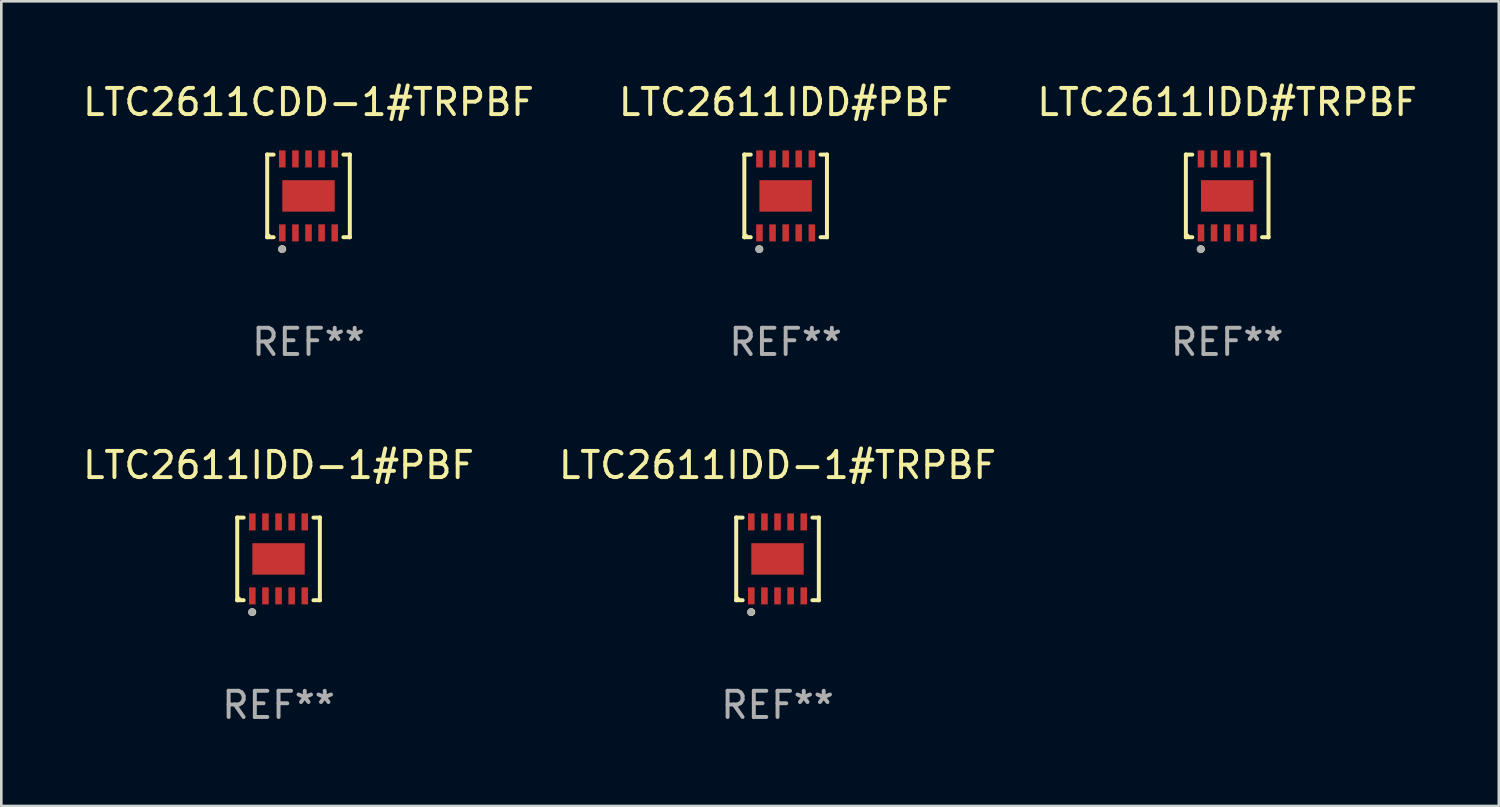
<source format=kicad_pcb>
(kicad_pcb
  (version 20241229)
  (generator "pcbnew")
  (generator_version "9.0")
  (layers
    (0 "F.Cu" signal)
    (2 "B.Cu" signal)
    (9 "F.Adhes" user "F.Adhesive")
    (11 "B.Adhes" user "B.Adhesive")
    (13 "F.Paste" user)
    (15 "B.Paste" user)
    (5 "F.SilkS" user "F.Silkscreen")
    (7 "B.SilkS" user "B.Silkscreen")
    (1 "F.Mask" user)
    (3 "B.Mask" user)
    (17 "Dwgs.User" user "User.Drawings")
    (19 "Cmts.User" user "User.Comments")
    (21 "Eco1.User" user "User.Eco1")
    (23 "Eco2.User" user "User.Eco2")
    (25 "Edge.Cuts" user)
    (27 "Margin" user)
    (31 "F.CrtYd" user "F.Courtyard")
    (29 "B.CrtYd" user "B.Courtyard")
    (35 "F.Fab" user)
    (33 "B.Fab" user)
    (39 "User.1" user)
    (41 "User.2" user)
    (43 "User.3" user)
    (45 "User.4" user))
  (footprint "LTC2611IDD-1#PBF"
    (layer "F.Cu")
    (at 7.577 18.273)
    (property "Reference" "LTC2611IDD-1#PBF" (at 0 -3.576 0) (layer "F.SilkS") (effects (font (size 1 1) (thickness 0.15))))
    (attr through_hole)
    (fp_line (start -1.576 -1.576) (end -1.576 -1.576) (stroke (width 0.152) (type solid)) (layer "F.SilkS"))
    (fp_line (start -1.576 -1.576) (end -1.331 -1.576) (stroke (width 0.152) (type solid)) (layer "F.SilkS"))
    (fp_line (start -1.576 1.576) (end -1.576 -1.576) (stroke (width 0.152) (type solid)) (layer "F.SilkS"))
    (fp_line (start -1.576 1.576) (end -1.576 1.576) (stroke (width 0.152) (type solid)) (layer "F.SilkS"))
    (fp_line (start -1.331 1.576) (end -1.576 1.576) (stroke (width 0.152) (type solid)) (layer "F.SilkS"))
    (fp_line (start 1.331 1.576) (end 1.576 1.576) (stroke (width 0.152) (type solid)) (layer "F.SilkS"))
    (fp_line (start 1.576 -1.576) (end 1.331 -1.576) (stroke (width 0.152) (type solid)) (layer "F.SilkS"))
    (fp_line (start 1.576 -1.576) (end 1.576 -1.576) (stroke (width 0.152) (type solid)) (layer "F.SilkS"))
    (fp_line (start 1.576 1.576) (end 1.576 -1.576) (stroke (width 0.152) (type solid)) (layer "F.SilkS"))
    (fp_line (start 1.576 1.576) (end 1.576 1.576) (stroke (width 0.152) (type solid)) (layer "F.SilkS"))
    (fp_circle (center -1.5 1.5) (end -1.47 1.5) (stroke (width 0.06) (type solid)) (fill no) (layer "F.SilkS"))
    (fp_circle (center -1 2.028) (end -0.925 2.028) (stroke (width 0.15) (type solid)) (fill no) (layer "F.SilkS"))
    (fp_circle (center -1.016 2.032) (end -0.941 2.032) (stroke (width 0.15) (type solid)) (fill no) (layer "F.Fab"))
    (fp_text user "REF**" (at 0 5.576 0) (layer "F.Fab") (effects (font (size 1 1) (thickness 0.15))))
    (pad "1" smd rect (at -1 1.411) (size 0.25 0.65) (layers "F.Cu" "F.Mask" "F.Paste"))
    (pad "2" smd rect (at -0.5 1.411) (size 0.25 0.65) (layers "F.Cu" "F.Mask" "F.Paste"))
    (pad "3" smd rect (at 0 1.411) (size 0.25 0.65) (layers "F.Cu" "F.Mask" "F.Paste"))
    (pad "4" smd rect (at 0.5 1.411) (size 0.25 0.65) (layers "F.Cu" "F.Mask" "F.Paste"))
    (pad "5" smd rect (at 1 1.411) (size 0.25 0.65) (layers "F.Cu" "F.Mask" "F.Paste"))
    (pad "6" smd rect (at 1 -1.411) (size 0.25 0.65) (layers "F.Cu" "F.Mask" "F.Paste"))
    (pad "7" smd rect (at 0.5 -1.411) (size 0.25 0.65) (layers "F.Cu" "F.Mask" "F.Paste"))
    (pad "8" smd rect (at 0 -1.411) (size 0.25 0.65) (layers "F.Cu" "F.Mask" "F.Paste"))
    (pad "9" smd rect (at -0.5 -1.411) (size 0.25 0.65) (layers "F.Cu" "F.Mask" "F.Paste"))
    (pad "10" smd rect (at -1 -1.411) (size 0.25 0.65) (layers "F.Cu" "F.Mask" "F.Paste"))
    (pad "11" smd rect (at 0 0) (size 2 1.2) (layers "F.Cu" "F.Mask" "F.Paste")))
  (footprint "LTC2611IDD#PBF"
    (layer "F.Cu")
    (at 26.923 4.424)
    (property "Reference" "LTC2611IDD#PBF" (at 0 -3.576 0) (layer "F.SilkS") (effects (font (size 1 1) (thickness 0.15))))
    (attr through_hole)
    (fp_line (start -1.576 -1.576) (end -1.576 -1.576) (stroke (width 0.152) (type solid)) (layer "F.SilkS"))
    (fp_line (start -1.576 -1.576) (end -1.331 -1.576) (stroke (width 0.152) (type solid)) (layer "F.SilkS"))
    (fp_line (start -1.576 1.576) (end -1.576 -1.576) (stroke (width 0.152) (type solid)) (layer "F.SilkS"))
    (fp_line (start -1.576 1.576) (end -1.576 1.576) (stroke (width 0.152) (type solid)) (layer "F.SilkS"))
    (fp_line (start -1.331 1.576) (end -1.576 1.576) (stroke (width 0.152) (type solid)) (layer "F.SilkS"))
    (fp_line (start 1.331 1.576) (end 1.576 1.576) (stroke (width 0.152) (type solid)) (layer "F.SilkS"))
    (fp_line (start 1.576 -1.576) (end 1.331 -1.576) (stroke (width 0.152) (type solid)) (layer "F.SilkS"))
    (fp_line (start 1.576 -1.576) (end 1.576 -1.576) (stroke (width 0.152) (type solid)) (layer "F.SilkS"))
    (fp_line (start 1.576 1.576) (end 1.576 -1.576) (stroke (width 0.152) (type solid)) (layer "F.SilkS"))
    (fp_line (start 1.576 1.576) (end 1.576 1.576) (stroke (width 0.152) (type solid)) (layer "F.SilkS"))
    (fp_circle (center -1.5 1.5) (end -1.47 1.5) (stroke (width 0.06) (type solid)) (fill no) (layer "F.SilkS"))
    (fp_circle (center -1 2.028) (end -0.925 2.028) (stroke (width 0.15) (type solid)) (fill no) (layer "F.SilkS"))
    (fp_circle (center -1.016 2.032) (end -0.941 2.032) (stroke (width 0.15) (type solid)) (fill no) (layer "F.Fab"))
    (fp_text user "REF**" (at 0 5.576 0) (layer "F.Fab") (effects (font (size 1 1) (thickness 0.15))))
    (pad "1" smd rect (at -1 1.411) (size 0.25 0.65) (layers "F.Cu" "F.Mask" "F.Paste"))
    (pad "2" smd rect (at -0.5 1.411) (size 0.25 0.65) (layers "F.Cu" "F.Mask" "F.Paste"))
    (pad "3" smd rect (at 0 1.411) (size 0.25 0.65) (layers "F.Cu" "F.Mask" "F.Paste"))
    (pad "4" smd rect (at 0.5 1.411) (size 0.25 0.65) (layers "F.Cu" "F.Mask" "F.Paste"))
    (pad "5" smd rect (at 1 1.411) (size 0.25 0.65) (layers "F.Cu" "F.Mask" "F.Paste"))
    (pad "6" smd rect (at 1 -1.411) (size 0.25 0.65) (layers "F.Cu" "F.Mask" "F.Paste"))
    (pad "7" smd rect (at 0.5 -1.411) (size 0.25 0.65) (layers "F.Cu" "F.Mask" "F.Paste"))
    (pad "8" smd rect (at 0 -1.411) (size 0.25 0.65) (layers "F.Cu" "F.Mask" "F.Paste"))
    (pad "9" smd rect (at -0.5 -1.411) (size 0.25 0.65) (layers "F.Cu" "F.Mask" "F.Paste"))
    (pad "10" smd rect (at -1 -1.411) (size 0.25 0.65) (layers "F.Cu" "F.Mask" "F.Paste"))
    (pad "11" smd rect (at 0 0) (size 2 1.2) (layers "F.Cu" "F.Mask" "F.Paste")))
  (footprint "LTC2611IDD#TRPBF"
    (layer "F.Cu")
    (at 43.768 4.424)
    (property "Reference" "LTC2611IDD#TRPBF" (at 0 -3.576 0) (layer "F.SilkS") (effects (font (size 1 1) (thickness 0.15))))
    (attr through_hole)
    (fp_line (start -1.576 -1.576) (end -1.576 -1.576) (stroke (width 0.152) (type solid)) (layer "F.SilkS"))
    (fp_line (start -1.576 -1.576) (end -1.331 -1.576) (stroke (width 0.152) (type solid)) (layer "F.SilkS"))
    (fp_line (start -1.576 1.576) (end -1.576 -1.576) (stroke (width 0.152) (type solid)) (layer "F.SilkS"))
    (fp_line (start -1.576 1.576) (end -1.576 1.576) (stroke (width 0.152) (type solid)) (layer "F.SilkS"))
    (fp_line (start -1.331 1.576) (end -1.576 1.576) (stroke (width 0.152) (type solid)) (layer "F.SilkS"))
    (fp_line (start 1.331 1.576) (end 1.576 1.576) (stroke (width 0.152) (type solid)) (layer "F.SilkS"))
    (fp_line (start 1.576 -1.576) (end 1.331 -1.576) (stroke (width 0.152) (type solid)) (layer "F.SilkS"))
    (fp_line (start 1.576 -1.576) (end 1.576 -1.576) (stroke (width 0.152) (type solid)) (layer "F.SilkS"))
    (fp_line (start 1.576 1.576) (end 1.576 -1.576) (stroke (width 0.152) (type solid)) (layer "F.SilkS"))
    (fp_line (start 1.576 1.576) (end 1.576 1.576) (stroke (width 0.152) (type solid)) (layer "F.SilkS"))
    (fp_circle (center -1.5 1.5) (end -1.47 1.5) (stroke (width 0.06) (type solid)) (fill no) (layer "F.SilkS"))
    (fp_circle (center -1 2.028) (end -0.925 2.028) (stroke (width 0.15) (type solid)) (fill no) (layer "F.SilkS"))
    (fp_circle (center -1.016 2.032) (end -0.941 2.032) (stroke (width 0.15) (type solid)) (fill no) (layer "F.Fab"))
    (fp_text user "REF**" (at 0 5.576 0) (layer "F.Fab") (effects (font (size 1 1) (thickness 0.15))))
    (pad "1" smd rect (at -1 1.411) (size 0.25 0.65) (layers "F.Cu" "F.Mask" "F.Paste"))
    (pad "2" smd rect (at -0.5 1.411) (size 0.25 0.65) (layers "F.Cu" "F.Mask" "F.Paste"))
    (pad "3" smd rect (at 0 1.411) (size 0.25 0.65) (layers "F.Cu" "F.Mask" "F.Paste"))
    (pad "4" smd rect (at 0.5 1.411) (size 0.25 0.65) (layers "F.Cu" "F.Mask" "F.Paste"))
    (pad "5" smd rect (at 1 1.411) (size 0.25 0.65) (layers "F.Cu" "F.Mask" "F.Paste"))
    (pad "6" smd rect (at 1 -1.411) (size 0.25 0.65) (layers "F.Cu" "F.Mask" "F.Paste"))
    (pad "7" smd rect (at 0.5 -1.411) (size 0.25 0.65) (layers "F.Cu" "F.Mask" "F.Paste"))
    (pad "8" smd rect (at 0 -1.411) (size 0.25 0.65) (layers "F.Cu" "F.Mask" "F.Paste"))
    (pad "9" smd rect (at -0.5 -1.411) (size 0.25 0.65) (layers "F.Cu" "F.Mask" "F.Paste"))
    (pad "10" smd rect (at -1 -1.411) (size 0.25 0.65) (layers "F.Cu" "F.Mask" "F.Paste"))
    (pad "11" smd rect (at 0 0) (size 2 1.2) (layers "F.Cu" "F.Mask" "F.Paste")))
  (footprint "LTC2611CDD-1#TRPBF"
    (layer "F.Cu")
    (at 8.72 4.424)
    (property "Reference" "LTC2611CDD-1#TRPBF" (at 0 -3.576 0) (layer "F.SilkS") (effects (font (size 1 1) (thickness 0.15))))
    (attr through_hole)
    (fp_line (start -1.576 -1.576) (end -1.576 -1.576) (stroke (width 0.152) (type solid)) (layer "F.SilkS"))
    (fp_line (start -1.576 -1.576) (end -1.331 -1.576) (stroke (width 0.152) (type solid)) (layer "F.SilkS"))
    (fp_line (start -1.576 1.576) (end -1.576 -1.576) (stroke (width 0.152) (type solid)) (layer "F.SilkS"))
    (fp_line (start -1.576 1.576) (end -1.576 1.576) (stroke (width 0.152) (type solid)) (layer "F.SilkS"))
    (fp_line (start -1.331 1.576) (end -1.576 1.576) (stroke (width 0.152) (type solid)) (layer "F.SilkS"))
    (fp_line (start 1.331 1.576) (end 1.576 1.576) (stroke (width 0.152) (type solid)) (layer "F.SilkS"))
    (fp_line (start 1.576 -1.576) (end 1.331 -1.576) (stroke (width 0.152) (type solid)) (layer "F.SilkS"))
    (fp_line (start 1.576 -1.576) (end 1.576 -1.576) (stroke (width 0.152) (type solid)) (layer "F.SilkS"))
    (fp_line (start 1.576 1.576) (end 1.576 -1.576) (stroke (width 0.152) (type solid)) (layer "F.SilkS"))
    (fp_line (start 1.576 1.576) (end 1.576 1.576) (stroke (width 0.152) (type solid)) (layer "F.SilkS"))
    (fp_circle (center -1.5 1.5) (end -1.47 1.5) (stroke (width 0.06) (type solid)) (fill no) (layer "F.SilkS"))
    (fp_circle (center -1 2.028) (end -0.925 2.028) (stroke (width 0.15) (type solid)) (fill no) (layer "F.SilkS"))
    (fp_circle (center -1.016 2.032) (end -0.941 2.032) (stroke (width 0.15) (type solid)) (fill no) (layer "F.Fab"))
    (fp_text user "REF**" (at 0 5.576 0) (layer "F.Fab") (effects (font (size 1 1) (thickness 0.15))))
    (pad "1" smd rect (at -1 1.411) (size 0.25 0.65) (layers "F.Cu" "F.Mask" "F.Paste"))
    (pad "2" smd rect (at -0.5 1.411) (size 0.25 0.65) (layers "F.Cu" "F.Mask" "F.Paste"))
    (pad "3" smd rect (at 0 1.411) (size 0.25 0.65) (layers "F.Cu" "F.Mask" "F.Paste"))
    (pad "4" smd rect (at 0.5 1.411) (size 0.25 0.65) (layers "F.Cu" "F.Mask" "F.Paste"))
    (pad "5" smd rect (at 1 1.411) (size 0.25 0.65) (layers "F.Cu" "F.Mask" "F.Paste"))
    (pad "6" smd rect (at 1 -1.411) (size 0.25 0.65) (layers "F.Cu" "F.Mask" "F.Paste"))
    (pad "7" smd rect (at 0.5 -1.411) (size 0.25 0.65) (layers "F.Cu" "F.Mask" "F.Paste"))
    (pad "8" smd rect (at 0 -1.411) (size 0.25 0.65) (layers "F.Cu" "F.Mask" "F.Paste"))
    (pad "9" smd rect (at -0.5 -1.411) (size 0.25 0.65) (layers "F.Cu" "F.Mask" "F.Paste"))
    (pad "10" smd rect (at -1 -1.411) (size 0.25 0.65) (layers "F.Cu" "F.Mask" "F.Paste"))
    (pad "11" smd rect (at 0 0) (size 2 1.2) (layers "F.Cu" "F.Mask" "F.Paste")))
  (footprint "LTC2611IDD-1#TRPBF"
    (layer "F.Cu")
    (at 26.613 18.273)
    (property "Reference" "LTC2611IDD-1#TRPBF" (at 0 -3.576 0) (layer "F.SilkS") (effects (font (size 1 1) (thickness 0.15))))
    (attr through_hole)
    (fp_line (start -1.576 -1.576) (end -1.576 -1.576) (stroke (width 0.152) (type solid)) (layer "F.SilkS"))
    (fp_line (start -1.576 -1.576) (end -1.331 -1.576) (stroke (width 0.152) (type solid)) (layer "F.SilkS"))
    (fp_line (start -1.576 1.576) (end -1.576 -1.576) (stroke (width 0.152) (type solid)) (layer "F.SilkS"))
    (fp_line (start -1.576 1.576) (end -1.576 1.576) (stroke (width 0.152) (type solid)) (layer "F.SilkS"))
    (fp_line (start -1.331 1.576) (end -1.576 1.576) (stroke (width 0.152) (type solid)) (layer "F.SilkS"))
    (fp_line (start 1.331 1.576) (end 1.576 1.576) (stroke (width 0.152) (type solid)) (layer "F.SilkS"))
    (fp_line (start 1.576 -1.576) (end 1.331 -1.576) (stroke (width 0.152) (type solid)) (layer "F.SilkS"))
    (fp_line (start 1.576 -1.576) (end 1.576 -1.576) (stroke (width 0.152) (type solid)) (layer "F.SilkS"))
    (fp_line (start 1.576 1.576) (end 1.576 -1.576) (stroke (width 0.152) (type solid)) (layer "F.SilkS"))
    (fp_line (start 1.576 1.576) (end 1.576 1.576) (stroke (width 0.152) (type solid)) (layer "F.SilkS"))
    (fp_circle (center -1.5 1.5) (end -1.47 1.5) (stroke (width 0.06) (type solid)) (fill no) (layer "F.SilkS"))
    (fp_circle (center -1 2.028) (end -0.925 2.028) (stroke (width 0.15) (type solid)) (fill no) (layer "F.SilkS"))
    (fp_circle (center -1.016 2.032) (end -0.941 2.032) (stroke (width 0.15) (type solid)) (fill no) (layer "F.Fab"))
    (fp_text user "REF**" (at 0 5.576 0) (layer "F.Fab") (effects (font (size 1 1) (thickness 0.15))))
    (pad "1" smd rect (at -1 1.411) (size 0.25 0.65) (layers "F.Cu" "F.Mask" "F.Paste"))
    (pad "2" smd rect (at -0.5 1.411) (size 0.25 0.65) (layers "F.Cu" "F.Mask" "F.Paste"))
    (pad "3" smd rect (at 0 1.411) (size 0.25 0.65) (layers "F.Cu" "F.Mask" "F.Paste"))
    (pad "4" smd rect (at 0.5 1.411) (size 0.25 0.65) (layers "F.Cu" "F.Mask" "F.Paste"))
    (pad "5" smd rect (at 1 1.411) (size 0.25 0.65) (layers "F.Cu" "F.Mask" "F.Paste"))
    (pad "6" smd rect (at 1 -1.411) (size 0.25 0.65) (layers "F.Cu" "F.Mask" "F.Paste"))
    (pad "7" smd rect (at 0.5 -1.411) (size 0.25 0.65) (layers "F.Cu" "F.Mask" "F.Paste"))
    (pad "8" smd rect (at 0 -1.411) (size 0.25 0.65) (layers "F.Cu" "F.Mask" "F.Paste"))
    (pad "9" smd rect (at -0.5 -1.411) (size 0.25 0.65) (layers "F.Cu" "F.Mask" "F.Paste"))
    (pad "10" smd rect (at -1 -1.411) (size 0.25 0.65) (layers "F.Cu" "F.Mask" "F.Paste"))
    (pad "11" smd rect (at 0 0) (size 2 1.2) (layers "F.Cu" "F.Mask" "F.Paste")))
  (gr_rect
    (start -3 -3)
    (end 54.131 27.698)
    (stroke (width 0.1) (type default))
    (fill no)
    (layer "Edge.Cuts")))
</source>
